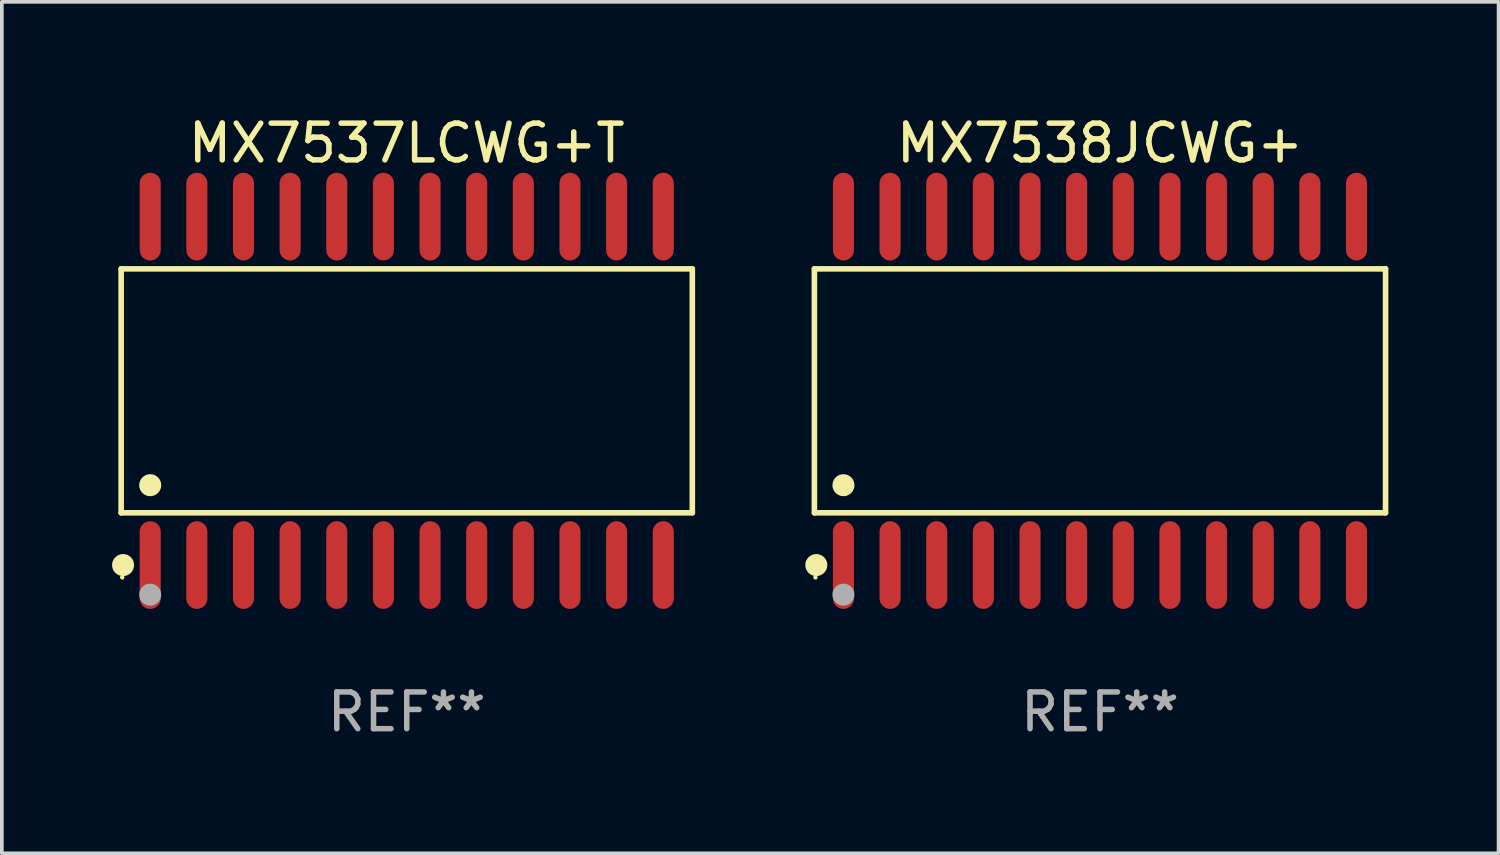
<source format=kicad_pcb>
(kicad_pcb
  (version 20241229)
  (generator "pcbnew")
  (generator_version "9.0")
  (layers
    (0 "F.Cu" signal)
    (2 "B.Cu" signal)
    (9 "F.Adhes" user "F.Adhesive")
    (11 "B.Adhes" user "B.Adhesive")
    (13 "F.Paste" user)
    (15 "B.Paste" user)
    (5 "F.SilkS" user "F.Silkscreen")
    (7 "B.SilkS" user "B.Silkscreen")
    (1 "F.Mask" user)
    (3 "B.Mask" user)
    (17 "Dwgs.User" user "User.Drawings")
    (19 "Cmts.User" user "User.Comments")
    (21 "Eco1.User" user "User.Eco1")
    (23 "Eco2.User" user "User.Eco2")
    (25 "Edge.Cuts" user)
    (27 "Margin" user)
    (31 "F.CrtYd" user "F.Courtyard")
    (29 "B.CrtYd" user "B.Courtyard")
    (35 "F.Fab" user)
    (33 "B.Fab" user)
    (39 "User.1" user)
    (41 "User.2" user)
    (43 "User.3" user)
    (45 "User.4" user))
  (footprint "MX7538JCWG+"
    (layer "F.Cu")
    (at 26.901 7.592)
    (property "Reference" "MX7538JCWG+" (at 0 -6.744 0) (layer "F.SilkS") (effects (font (size 1 1) (thickness 0.15))))
    (attr through_hole)
    (fp_line (start -7.776 -3.321) (end 7.776 -3.321) (stroke (width 0.152) (type solid)) (layer "F.SilkS"))
    (fp_line (start -7.776 3.321) (end -7.776 -3.321) (stroke (width 0.152) (type solid)) (layer "F.SilkS"))
    (fp_line (start 7.776 -3.321) (end 7.776 3.321) (stroke (width 0.152) (type solid)) (layer "F.SilkS"))
    (fp_line (start 7.776 3.321) (end -7.776 3.321) (stroke (width 0.152) (type solid)) (layer "F.SilkS"))
    (fp_circle (center -7.747 5.08) (end -7.717 5.08) (stroke (width 0.06) (type solid)) (fill no) (layer "F.SilkS"))
    (fp_circle (center -7.724 4.744) (end -7.574 4.744) (stroke (width 0.3) (type solid)) (fill no) (layer "F.SilkS"))
    (fp_circle (center -6.985 2.569) (end -6.835 2.569) (stroke (width 0.3) (type solid)) (fill no) (layer "F.SilkS"))
    (fp_circle (center -6.985 5.55) (end -6.835 5.55) (stroke (width 0.3) (type solid)) (fill no) (layer "F.Fab"))
    (fp_text user "REF**" (at 0 8.744 0) (layer "F.Fab") (effects (font (size 1 1) (thickness 0.15))))
    (pad "1" smd oval (at -6.985 4.744) (size 0.574 2.388) (layers "F.Cu" "F.Mask" "F.Paste"))
    (pad "2" smd oval (at -5.715 4.744) (size 0.574 2.388) (layers "F.Cu" "F.Mask" "F.Paste"))
    (pad "3" smd oval (at -4.445 4.744) (size 0.574 2.388) (layers "F.Cu" "F.Mask" "F.Paste"))
    (pad "4" smd oval (at -3.175 4.744) (size 0.574 2.388) (layers "F.Cu" "F.Mask" "F.Paste"))
    (pad "5" smd oval (at -1.905 4.744) (size 0.574 2.388) (layers "F.Cu" "F.Mask" "F.Paste"))
    (pad "6" smd oval (at -0.635 4.744) (size 0.574 2.388) (layers "F.Cu" "F.Mask" "F.Paste"))
    (pad "7" smd oval (at 0.635 4.744) (size 0.574 2.388) (layers "F.Cu" "F.Mask" "F.Paste"))
    (pad "8" smd oval (at 1.905 4.744) (size 0.574 2.388) (layers "F.Cu" "F.Mask" "F.Paste"))
    (pad "9" smd oval (at 3.175 4.744) (size 0.574 2.388) (layers "F.Cu" "F.Mask" "F.Paste"))
    (pad "10" smd oval (at 4.445 4.744) (size 0.574 2.388) (layers "F.Cu" "F.Mask" "F.Paste"))
    (pad "11" smd oval (at 5.715 4.744) (size 0.574 2.388) (layers "F.Cu" "F.Mask" "F.Paste"))
    (pad "12" smd oval (at 6.985 4.744) (size 0.574 2.388) (layers "F.Cu" "F.Mask" "F.Paste"))
    (pad "13" smd oval (at 6.985 -4.744) (size 0.574 2.388) (layers "F.Cu" "F.Mask" "F.Paste"))
    (pad "14" smd oval (at 5.715 -4.744) (size 0.574 2.388) (layers "F.Cu" "F.Mask" "F.Paste"))
    (pad "15" smd oval (at 4.445 -4.744) (size 0.574 2.388) (layers "F.Cu" "F.Mask" "F.Paste"))
    (pad "16" smd oval (at 3.175 -4.744) (size 0.574 2.388) (layers "F.Cu" "F.Mask" "F.Paste"))
    (pad "17" smd oval (at 1.905 -4.744) (size 0.574 2.388) (layers "F.Cu" "F.Mask" "F.Paste"))
    (pad "18" smd oval (at 0.635 -4.744) (size 0.574 2.388) (layers "F.Cu" "F.Mask" "F.Paste"))
    (pad "19" smd oval (at -0.635 -4.744) (size 0.574 2.388) (layers "F.Cu" "F.Mask" "F.Paste"))
    (pad "20" smd oval (at -1.905 -4.744) (size 0.574 2.388) (layers "F.Cu" "F.Mask" "F.Paste"))
    (pad "21" smd oval (at -3.175 -4.744) (size 0.574 2.388) (layers "F.Cu" "F.Mask" "F.Paste"))
    (pad "22" smd oval (at -4.445 -4.744) (size 0.574 2.388) (layers "F.Cu" "F.Mask" "F.Paste"))
    (pad "23" smd oval (at -5.715 -4.744) (size 0.574 2.388) (layers "F.Cu" "F.Mask" "F.Paste"))
    (pad "24" smd oval (at -6.985 -4.744) (size 0.574 2.388) (layers "F.Cu" "F.Mask" "F.Paste")))
  (footprint "MX7537LCWG+T"
    (layer "F.Cu")
    (at 8.025 7.592)
    (property "Reference" "MX7537LCWG+T" (at 0 -6.744 0) (layer "F.SilkS") (effects (font (size 1 1) (thickness 0.15))))
    (attr through_hole)
    (fp_line (start -7.776 -3.321) (end 7.776 -3.321) (stroke (width 0.152) (type solid)) (layer "F.SilkS"))
    (fp_line (start -7.776 3.321) (end -7.776 -3.321) (stroke (width 0.152) (type solid)) (layer "F.SilkS"))
    (fp_line (start 7.776 -3.321) (end 7.776 3.321) (stroke (width 0.152) (type solid)) (layer "F.SilkS"))
    (fp_line (start 7.776 3.321) (end -7.776 3.321) (stroke (width 0.152) (type solid)) (layer "F.SilkS"))
    (fp_circle (center -7.747 5.08) (end -7.717 5.08) (stroke (width 0.06) (type solid)) (fill no) (layer "F.SilkS"))
    (fp_circle (center -7.724 4.744) (end -7.574 4.744) (stroke (width 0.3) (type solid)) (fill no) (layer "F.SilkS"))
    (fp_circle (center -6.985 2.569) (end -6.835 2.569) (stroke (width 0.3) (type solid)) (fill no) (layer "F.SilkS"))
    (fp_circle (center -6.985 5.55) (end -6.835 5.55) (stroke (width 0.3) (type solid)) (fill no) (layer "F.Fab"))
    (fp_text user "REF**" (at 0 8.744 0) (layer "F.Fab") (effects (font (size 1 1) (thickness 0.15))))
    (pad "1" smd oval (at -6.985 4.744) (size 0.574 2.388) (layers "F.Cu" "F.Mask" "F.Paste"))
    (pad "2" smd oval (at -5.715 4.744) (size 0.574 2.388) (layers "F.Cu" "F.Mask" "F.Paste"))
    (pad "3" smd oval (at -4.445 4.744) (size 0.574 2.388) (layers "F.Cu" "F.Mask" "F.Paste"))
    (pad "4" smd oval (at -3.175 4.744) (size 0.574 2.388) (layers "F.Cu" "F.Mask" "F.Paste"))
    (pad "5" smd oval (at -1.905 4.744) (size 0.574 2.388) (layers "F.Cu" "F.Mask" "F.Paste"))
    (pad "6" smd oval (at -0.635 4.744) (size 0.574 2.388) (layers "F.Cu" "F.Mask" "F.Paste"))
    (pad "7" smd oval (at 0.635 4.744) (size 0.574 2.388) (layers "F.Cu" "F.Mask" "F.Paste"))
    (pad "8" smd oval (at 1.905 4.744) (size 0.574 2.388) (layers "F.Cu" "F.Mask" "F.Paste"))
    (pad "9" smd oval (at 3.175 4.744) (size 0.574 2.388) (layers "F.Cu" "F.Mask" "F.Paste"))
    (pad "10" smd oval (at 4.445 4.744) (size 0.574 2.388) (layers "F.Cu" "F.Mask" "F.Paste"))
    (pad "11" smd oval (at 5.715 4.744) (size 0.574 2.388) (layers "F.Cu" "F.Mask" "F.Paste"))
    (pad "12" smd oval (at 6.985 4.744) (size 0.574 2.388) (layers "F.Cu" "F.Mask" "F.Paste"))
    (pad "13" smd oval (at 6.985 -4.744) (size 0.574 2.388) (layers "F.Cu" "F.Mask" "F.Paste"))
    (pad "14" smd oval (at 5.715 -4.744) (size 0.574 2.388) (layers "F.Cu" "F.Mask" "F.Paste"))
    (pad "15" smd oval (at 4.445 -4.744) (size 0.574 2.388) (layers "F.Cu" "F.Mask" "F.Paste"))
    (pad "16" smd oval (at 3.175 -4.744) (size 0.574 2.388) (layers "F.Cu" "F.Mask" "F.Paste"))
    (pad "17" smd oval (at 1.905 -4.744) (size 0.574 2.388) (layers "F.Cu" "F.Mask" "F.Paste"))
    (pad "18" smd oval (at 0.635 -4.744) (size 0.574 2.388) (layers "F.Cu" "F.Mask" "F.Paste"))
    (pad "19" smd oval (at -0.635 -4.744) (size 0.574 2.388) (layers "F.Cu" "F.Mask" "F.Paste"))
    (pad "20" smd oval (at -1.905 -4.744) (size 0.574 2.388) (layers "F.Cu" "F.Mask" "F.Paste"))
    (pad "21" smd oval (at -3.175 -4.744) (size 0.574 2.388) (layers "F.Cu" "F.Mask" "F.Paste"))
    (pad "22" smd oval (at -4.445 -4.744) (size 0.574 2.388) (layers "F.Cu" "F.Mask" "F.Paste"))
    (pad "23" smd oval (at -5.715 -4.744) (size 0.574 2.388) (layers "F.Cu" "F.Mask" "F.Paste"))
    (pad "24" smd oval (at -6.985 -4.744) (size 0.574 2.388) (layers "F.Cu" "F.Mask" "F.Paste")))
  (gr_rect
    (start -3 -3)
    (end 37.754 20.184)
    (stroke (width 0.1) (type default))
    (fill no)
    (layer "Edge.Cuts")))
</source>
